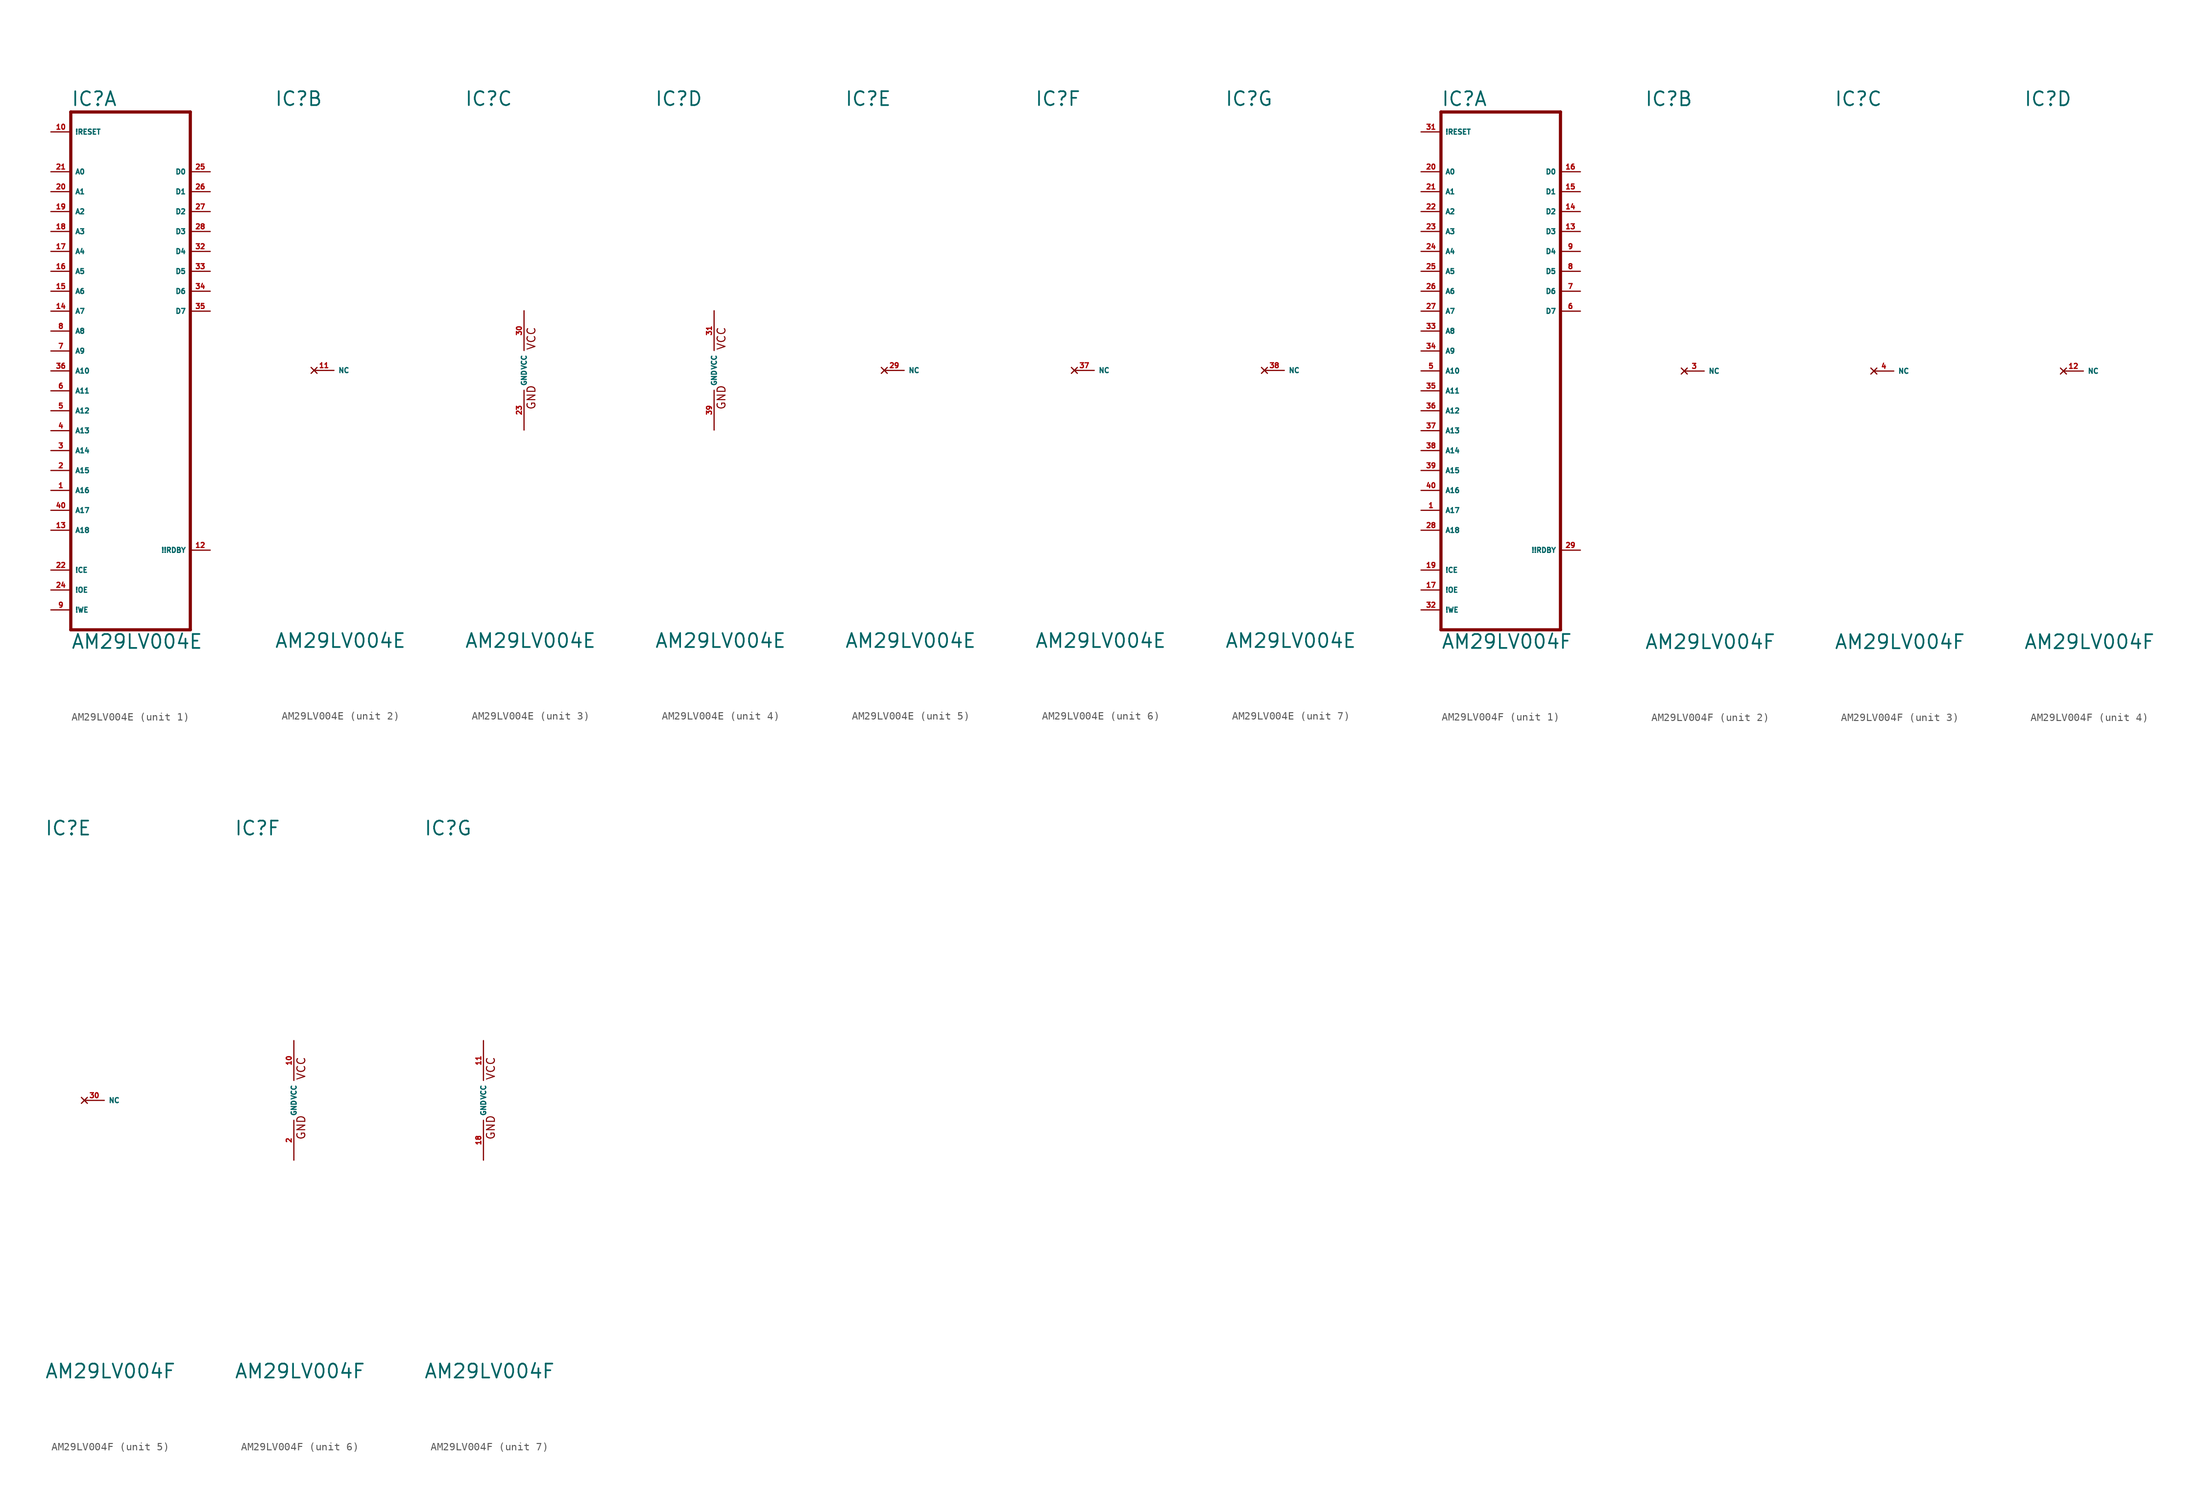
<source format=kicad_sym>
(kicad_symbol_lib
  (version 20220914)
  (generator Eagle2Kicad)
  (symbol "AM29LV004E"
    (property "Reference" "IC"
      (at -7.62 33.655 0)
      (effects (font (size 1.778 1.778) (thickness 0.22)) (justify left bottom)))
    (property "Value" "AM29LV004E"
      (at -7.62 -35.56 0)
      (effects (font (size 1.778 1.778) (thickness 0.22)) (justify left bottom)))
    (symbol "AM29LV004E_1_0"
      (polyline (pts (xy -7.62 -33.02) (xy 7.62 -33.02)) (stroke (width 0.406) (type default)) (fill (type none)))
      (polyline (pts (xy 7.62 -33.02) (xy 7.62 33.02)) (stroke (width 0.406) (type default)) (fill (type none)))
      (polyline (pts (xy 7.62 33.02) (xy -7.62 33.02)) (stroke (width 0.406) (type default)) (fill (type none)))
      (polyline (pts (xy -7.62 33.02) (xy -7.62 -33.02)) (stroke (width 0.406) (type default)) (fill (type none)))
      (pin input line (at -10.16 -30.48 0) (length 2.54) (name "!WE" (effects (font (size 0.635 0.635) (thickness 0.08)) (justify left bottom))) (number "9" (effects (font (size 0.635 0.635) (thickness 0.08)) (justify left bottom))))
      (pin input line (at -10.16 -5.08 0) (length 2.54) (name "A12" (effects (font (size 0.635 0.635) (thickness 0.08)) (justify left bottom))) (number "5" (effects (font (size 0.635 0.635) (thickness 0.08)) (justify left bottom))))
      (pin input line (at -10.16 7.62 0) (length 2.54) (name "A7" (effects (font (size 0.635 0.635) (thickness 0.08)) (justify left bottom))) (number "14" (effects (font (size 0.635 0.635) (thickness 0.08)) (justify left bottom))))
      (pin input line (at -10.16 10.16 0) (length 2.54) (name "A6" (effects (font (size 0.635 0.635) (thickness 0.08)) (justify left bottom))) (number "15" (effects (font (size 0.635 0.635) (thickness 0.08)) (justify left bottom))))
      (pin input line (at -10.16 12.7 0) (length 2.54) (name "A5" (effects (font (size 0.635 0.635) (thickness 0.08)) (justify left bottom))) (number "16" (effects (font (size 0.635 0.635) (thickness 0.08)) (justify left bottom))))
      (pin input line (at -10.16 15.24 0) (length 2.54) (name "A4" (effects (font (size 0.635 0.635) (thickness 0.08)) (justify left bottom))) (number "17" (effects (font (size 0.635 0.635) (thickness 0.08)) (justify left bottom))))
      (pin input line (at -10.16 17.78 0) (length 2.54) (name "A3" (effects (font (size 0.635 0.635) (thickness 0.08)) (justify left bottom))) (number "18" (effects (font (size 0.635 0.635) (thickness 0.08)) (justify left bottom))))
      (pin input line (at -10.16 20.32 0) (length 2.54) (name "A2" (effects (font (size 0.635 0.635) (thickness 0.08)) (justify left bottom))) (number "19" (effects (font (size 0.635 0.635) (thickness 0.08)) (justify left bottom))))
      (pin input line (at -10.16 22.86 0) (length 2.54) (name "A1" (effects (font (size 0.635 0.635) (thickness 0.08)) (justify left bottom))) (number "20" (effects (font (size 0.635 0.635) (thickness 0.08)) (justify left bottom))))
      (pin input line (at -10.16 25.4 0) (length 2.54) (name "A0" (effects (font (size 0.635 0.635) (thickness 0.08)) (justify left bottom))) (number "21" (effects (font (size 0.635 0.635) (thickness 0.08)) (justify left bottom))))
      (pin tri_state line (at 10.16 25.4 180) (length 2.54) (name "D0" (effects (font (size 0.635 0.635) (thickness 0.08)) (justify left bottom))) (number "25" (effects (font (size 0.635 0.635) (thickness 0.08)) (justify left bottom))))
      (pin input line (at -10.16 -25.4 0) (length 2.54) (name "!CE" (effects (font (size 0.635 0.635) (thickness 0.08)) (justify left bottom))) (number "22" (effects (font (size 0.635 0.635) (thickness 0.08)) (justify left bottom))))
      (pin input line (at -10.16 0 0) (length 2.54) (name "A10" (effects (font (size 0.635 0.635) (thickness 0.08)) (justify left bottom))) (number "36" (effects (font (size 0.635 0.635) (thickness 0.08)) (justify left bottom))))
      (pin input line (at -10.16 -27.94 0) (length 2.54) (name "!OE" (effects (font (size 0.635 0.635) (thickness 0.08)) (justify left bottom))) (number "24" (effects (font (size 0.635 0.635) (thickness 0.08)) (justify left bottom))))
      (pin input line (at -10.16 -2.54 0) (length 2.54) (name "A11" (effects (font (size 0.635 0.635) (thickness 0.08)) (justify left bottom))) (number "6" (effects (font (size 0.635 0.635) (thickness 0.08)) (justify left bottom))))
      (pin input line (at -10.16 2.54 0) (length 2.54) (name "A9" (effects (font (size 0.635 0.635) (thickness 0.08)) (justify left bottom))) (number "7" (effects (font (size 0.635 0.635) (thickness 0.08)) (justify left bottom))))
      (pin input line (at -10.16 5.08 0) (length 2.54) (name "A8" (effects (font (size 0.635 0.635) (thickness 0.08)) (justify left bottom))) (number "8" (effects (font (size 0.635 0.635) (thickness 0.08)) (justify left bottom))))
      (pin input line (at -10.16 -7.62 0) (length 2.54) (name "A13" (effects (font (size 0.635 0.635) (thickness 0.08)) (justify left bottom))) (number "4" (effects (font (size 0.635 0.635) (thickness 0.08)) (justify left bottom))))
      (pin input line (at -10.16 -10.16 0) (length 2.54) (name "A14" (effects (font (size 0.635 0.635) (thickness 0.08)) (justify left bottom))) (number "3" (effects (font (size 0.635 0.635) (thickness 0.08)) (justify left bottom))))
      (pin input line (at -10.16 -12.7 0) (length 2.54) (name "A15" (effects (font (size 0.635 0.635) (thickness 0.08)) (justify left bottom))) (number "2" (effects (font (size 0.635 0.635) (thickness 0.08)) (justify left bottom))))
      (pin input line (at -10.16 -15.24 0) (length 2.54) (name "A16" (effects (font (size 0.635 0.635) (thickness 0.08)) (justify left bottom))) (number "1" (effects (font (size 0.635 0.635) (thickness 0.08)) (justify left bottom))))
      (pin input line (at -10.16 -17.78 0) (length 2.54) (name "A17" (effects (font (size 0.635 0.635) (thickness 0.08)) (justify left bottom))) (number "40" (effects (font (size 0.635 0.635) (thickness 0.08)) (justify left bottom))))
      (pin input line (at -10.16 -20.32 0) (length 2.54) (name "A18" (effects (font (size 0.635 0.635) (thickness 0.08)) (justify left bottom))) (number "13" (effects (font (size 0.635 0.635) (thickness 0.08)) (justify left bottom))))
      (pin tri_state line (at 10.16 22.86 180) (length 2.54) (name "D1" (effects (font (size 0.635 0.635) (thickness 0.08)) (justify left bottom))) (number "26" (effects (font (size 0.635 0.635) (thickness 0.08)) (justify left bottom))))
      (pin tri_state line (at 10.16 20.32 180) (length 2.54) (name "D2" (effects (font (size 0.635 0.635) (thickness 0.08)) (justify left bottom))) (number "27" (effects (font (size 0.635 0.635) (thickness 0.08)) (justify left bottom))))
      (pin tri_state line (at 10.16 17.78 180) (length 2.54) (name "D3" (effects (font (size 0.635 0.635) (thickness 0.08)) (justify left bottom))) (number "28" (effects (font (size 0.635 0.635) (thickness 0.08)) (justify left bottom))))
      (pin tri_state line (at 10.16 15.24 180) (length 2.54) (name "D4" (effects (font (size 0.635 0.635) (thickness 0.08)) (justify left bottom))) (number "32" (effects (font (size 0.635 0.635) (thickness 0.08)) (justify left bottom))))
      (pin tri_state line (at 10.16 12.7 180) (length 2.54) (name "D5" (effects (font (size 0.635 0.635) (thickness 0.08)) (justify left bottom))) (number "33" (effects (font (size 0.635 0.635) (thickness 0.08)) (justify left bottom))))
      (pin tri_state line (at 10.16 10.16 180) (length 2.54) (name "D6" (effects (font (size 0.635 0.635) (thickness 0.08)) (justify left bottom))) (number "34" (effects (font (size 0.635 0.635) (thickness 0.08)) (justify left bottom))))
      (pin tri_state line (at 10.16 7.62 180) (length 2.54) (name "D7" (effects (font (size 0.635 0.635) (thickness 0.08)) (justify left bottom))) (number "35" (effects (font (size 0.635 0.635) (thickness 0.08)) (justify left bottom))))
      (pin output line (at 10.16 -22.86 180) (length 2.54) (name "!!RDBY" (effects (font (size 0.635 0.635) (thickness 0.08)) (justify left bottom))) (number "12" (effects (font (size 0.635 0.635) (thickness 0.08)) (justify left bottom))))
      (pin input line (at -10.16 30.48 0) (length 2.54) (name "!RESET" (effects (font (size 0.635 0.635) (thickness 0.08)) (justify left bottom))) (number "10" (effects (font (size 0.635 0.635) (thickness 0.08)) (justify left bottom)))))
    (symbol "AM29LV004E_2_0"
      (pin no_connect line (at -2.54 0 0) (length 2.54) (name "NC" (effects (font (size 0.635 0.635) (thickness 0.08)) (justify left bottom) hide)) (number "11" (effects (font (size 0.635 0.635) (thickness 0.08)) (justify left bottom) hide))))
    (symbol "AM29LV004E_3_0"
      (text "GND" (at 1.524 -5.08 900) (effects (font (size 1.016 1.016) (thickness 0.13)) (justify left bottom)))
      (text "VCC" (at 1.524 2.54 900) (effects (font (size 1.016 1.016) (thickness 0.13)) (justify left bottom)))
      (pin unspecified line (at 0 7.62 270) (length 5.08) (name "VCC" (effects (font (size 0.635 0.635) (thickness 0.08)) (justify left bottom))) (number "30" (effects (font (size 0.635 0.635) (thickness 0.08)) (justify left bottom))))
      (pin unspecified line (at 0 -7.62 90) (length 5.08) (name "GND" (effects (font (size 0.635 0.635) (thickness 0.08)) (justify left bottom))) (number "23" (effects (font (size 0.635 0.635) (thickness 0.08)) (justify left bottom)))))
    (symbol "AM29LV004E_4_0"
      (text "GND" (at 1.524 -5.08 900) (effects (font (size 1.016 1.016) (thickness 0.13)) (justify left bottom)))
      (text "VCC" (at 1.524 2.54 900) (effects (font (size 1.016 1.016) (thickness 0.13)) (justify left bottom)))
      (pin unspecified line (at 0 7.62 270) (length 5.08) (name "VCC" (effects (font (size 0.635 0.635) (thickness 0.08)) (justify left bottom))) (number "31" (effects (font (size 0.635 0.635) (thickness 0.08)) (justify left bottom))))
      (pin unspecified line (at 0 -7.62 90) (length 5.08) (name "GND" (effects (font (size 0.635 0.635) (thickness 0.08)) (justify left bottom))) (number "39" (effects (font (size 0.635 0.635) (thickness 0.08)) (justify left bottom)))))
    (symbol "AM29LV004E_5_0"
      (pin no_connect line (at -2.54 0 0) (length 2.54) (name "NC" (effects (font (size 0.635 0.635) (thickness 0.08)) (justify left bottom) hide)) (number "29" (effects (font (size 0.635 0.635) (thickness 0.08)) (justify left bottom) hide))))
    (symbol "AM29LV004E_6_0"
      (pin no_connect line (at -2.54 0 0) (length 2.54) (name "NC" (effects (font (size 0.635 0.635) (thickness 0.08)) (justify left bottom) hide)) (number "37" (effects (font (size 0.635 0.635) (thickness 0.08)) (justify left bottom) hide))))
    (symbol "AM29LV004E_7_0"
      (pin no_connect line (at -2.54 0 0) (length 2.54) (name "NC" (effects (font (size 0.635 0.635) (thickness 0.08)) (justify left bottom) hide)) (number "38" (effects (font (size 0.635 0.635) (thickness 0.08)) (justify left bottom) hide)))))
  (symbol "AM29LV004F"
    (property "Reference" "IC"
      (at -7.62 33.655 0)
      (effects (font (size 1.778 1.778) (thickness 0.22)) (justify left bottom)))
    (property "Value" "AM29LV004F"
      (at -7.62 -35.56 0)
      (effects (font (size 1.778 1.778) (thickness 0.22)) (justify left bottom)))
    (symbol "AM29LV004F_1_0"
      (polyline (pts (xy -7.62 -33.02) (xy 7.62 -33.02)) (stroke (width 0.406) (type default)) (fill (type none)))
      (polyline (pts (xy 7.62 -33.02) (xy 7.62 33.02)) (stroke (width 0.406) (type default)) (fill (type none)))
      (polyline (pts (xy 7.62 33.02) (xy -7.62 33.02)) (stroke (width 0.406) (type default)) (fill (type none)))
      (polyline (pts (xy -7.62 33.02) (xy -7.62 -33.02)) (stroke (width 0.406) (type default)) (fill (type none)))
      (pin input line (at -10.16 -30.48 0) (length 2.54) (name "!WE" (effects (font (size 0.635 0.635) (thickness 0.08)) (justify left bottom))) (number "32" (effects (font (size 0.635 0.635) (thickness 0.08)) (justify left bottom))))
      (pin input line (at -10.16 -5.08 0) (length 2.54) (name "A12" (effects (font (size 0.635 0.635) (thickness 0.08)) (justify left bottom))) (number "36" (effects (font (size 0.635 0.635) (thickness 0.08)) (justify left bottom))))
      (pin input line (at -10.16 7.62 0) (length 2.54) (name "A7" (effects (font (size 0.635 0.635) (thickness 0.08)) (justify left bottom))) (number "27" (effects (font (size 0.635 0.635) (thickness 0.08)) (justify left bottom))))
      (pin input line (at -10.16 10.16 0) (length 2.54) (name "A6" (effects (font (size 0.635 0.635) (thickness 0.08)) (justify left bottom))) (number "26" (effects (font (size 0.635 0.635) (thickness 0.08)) (justify left bottom))))
      (pin input line (at -10.16 12.7 0) (length 2.54) (name "A5" (effects (font (size 0.635 0.635) (thickness 0.08)) (justify left bottom))) (number "25" (effects (font (size 0.635 0.635) (thickness 0.08)) (justify left bottom))))
      (pin input line (at -10.16 15.24 0) (length 2.54) (name "A4" (effects (font (size 0.635 0.635) (thickness 0.08)) (justify left bottom))) (number "24" (effects (font (size 0.635 0.635) (thickness 0.08)) (justify left bottom))))
      (pin input line (at -10.16 17.78 0) (length 2.54) (name "A3" (effects (font (size 0.635 0.635) (thickness 0.08)) (justify left bottom))) (number "23" (effects (font (size 0.635 0.635) (thickness 0.08)) (justify left bottom))))
      (pin input line (at -10.16 20.32 0) (length 2.54) (name "A2" (effects (font (size 0.635 0.635) (thickness 0.08)) (justify left bottom))) (number "22" (effects (font (size 0.635 0.635) (thickness 0.08)) (justify left bottom))))
      (pin input line (at -10.16 22.86 0) (length 2.54) (name "A1" (effects (font (size 0.635 0.635) (thickness 0.08)) (justify left bottom))) (number "21" (effects (font (size 0.635 0.635) (thickness 0.08)) (justify left bottom))))
      (pin input line (at -10.16 25.4 0) (length 2.54) (name "A0" (effects (font (size 0.635 0.635) (thickness 0.08)) (justify left bottom))) (number "20" (effects (font (size 0.635 0.635) (thickness 0.08)) (justify left bottom))))
      (pin tri_state line (at 10.16 25.4 180) (length 2.54) (name "D0" (effects (font (size 0.635 0.635) (thickness 0.08)) (justify left bottom))) (number "16" (effects (font (size 0.635 0.635) (thickness 0.08)) (justify left bottom))))
      (pin input line (at -10.16 -25.4 0) (length 2.54) (name "!CE" (effects (font (size 0.635 0.635) (thickness 0.08)) (justify left bottom))) (number "19" (effects (font (size 0.635 0.635) (thickness 0.08)) (justify left bottom))))
      (pin input line (at -10.16 0 0) (length 2.54) (name "A10" (effects (font (size 0.635 0.635) (thickness 0.08)) (justify left bottom))) (number "5" (effects (font (size 0.635 0.635) (thickness 0.08)) (justify left bottom))))
      (pin input line (at -10.16 -27.94 0) (length 2.54) (name "!OE" (effects (font (size 0.635 0.635) (thickness 0.08)) (justify left bottom))) (number "17" (effects (font (size 0.635 0.635) (thickness 0.08)) (justify left bottom))))
      (pin input line (at -10.16 -2.54 0) (length 2.54) (name "A11" (effects (font (size 0.635 0.635) (thickness 0.08)) (justify left bottom))) (number "35" (effects (font (size 0.635 0.635) (thickness 0.08)) (justify left bottom))))
      (pin input line (at -10.16 2.54 0) (length 2.54) (name "A9" (effects (font (size 0.635 0.635) (thickness 0.08)) (justify left bottom))) (number "34" (effects (font (size 0.635 0.635) (thickness 0.08)) (justify left bottom))))
      (pin input line (at -10.16 5.08 0) (length 2.54) (name "A8" (effects (font (size 0.635 0.635) (thickness 0.08)) (justify left bottom))) (number "33" (effects (font (size 0.635 0.635) (thickness 0.08)) (justify left bottom))))
      (pin input line (at -10.16 -7.62 0) (length 2.54) (name "A13" (effects (font (size 0.635 0.635) (thickness 0.08)) (justify left bottom))) (number "37" (effects (font (size 0.635 0.635) (thickness 0.08)) (justify left bottom))))
      (pin input line (at -10.16 -10.16 0) (length 2.54) (name "A14" (effects (font (size 0.635 0.635) (thickness 0.08)) (justify left bottom))) (number "38" (effects (font (size 0.635 0.635) (thickness 0.08)) (justify left bottom))))
      (pin input line (at -10.16 -12.7 0) (length 2.54) (name "A15" (effects (font (size 0.635 0.635) (thickness 0.08)) (justify left bottom))) (number "39" (effects (font (size 0.635 0.635) (thickness 0.08)) (justify left bottom))))
      (pin input line (at -10.16 -15.24 0) (length 2.54) (name "A16" (effects (font (size 0.635 0.635) (thickness 0.08)) (justify left bottom))) (number "40" (effects (font (size 0.635 0.635) (thickness 0.08)) (justify left bottom))))
      (pin input line (at -10.16 -17.78 0) (length 2.54) (name "A17" (effects (font (size 0.635 0.635) (thickness 0.08)) (justify left bottom))) (number "1" (effects (font (size 0.635 0.635) (thickness 0.08)) (justify left bottom))))
      (pin input line (at -10.16 -20.32 0) (length 2.54) (name "A18" (effects (font (size 0.635 0.635) (thickness 0.08)) (justify left bottom))) (number "28" (effects (font (size 0.635 0.635) (thickness 0.08)) (justify left bottom))))
      (pin tri_state line (at 10.16 22.86 180) (length 2.54) (name "D1" (effects (font (size 0.635 0.635) (thickness 0.08)) (justify left bottom))) (number "15" (effects (font (size 0.635 0.635) (thickness 0.08)) (justify left bottom))))
      (pin tri_state line (at 10.16 20.32 180) (length 2.54) (name "D2" (effects (font (size 0.635 0.635) (thickness 0.08)) (justify left bottom))) (number "14" (effects (font (size 0.635 0.635) (thickness 0.08)) (justify left bottom))))
      (pin tri_state line (at 10.16 17.78 180) (length 2.54) (name "D3" (effects (font (size 0.635 0.635) (thickness 0.08)) (justify left bottom))) (number "13" (effects (font (size 0.635 0.635) (thickness 0.08)) (justify left bottom))))
      (pin tri_state line (at 10.16 15.24 180) (length 2.54) (name "D4" (effects (font (size 0.635 0.635) (thickness 0.08)) (justify left bottom))) (number "9" (effects (font (size 0.635 0.635) (thickness 0.08)) (justify left bottom))))
      (pin tri_state line (at 10.16 12.7 180) (length 2.54) (name "D5" (effects (font (size 0.635 0.635) (thickness 0.08)) (justify left bottom))) (number "8" (effects (font (size 0.635 0.635) (thickness 0.08)) (justify left bottom))))
      (pin tri_state line (at 10.16 10.16 180) (length 2.54) (name "D6" (effects (font (size 0.635 0.635) (thickness 0.08)) (justify left bottom))) (number "7" (effects (font (size 0.635 0.635) (thickness 0.08)) (justify left bottom))))
      (pin tri_state line (at 10.16 7.62 180) (length 2.54) (name "D7" (effects (font (size 0.635 0.635) (thickness 0.08)) (justify left bottom))) (number "6" (effects (font (size 0.635 0.635) (thickness 0.08)) (justify left bottom))))
      (pin output line (at 10.16 -22.86 180) (length 2.54) (name "!!RDBY" (effects (font (size 0.635 0.635) (thickness 0.08)) (justify left bottom))) (number "29" (effects (font (size 0.635 0.635) (thickness 0.08)) (justify left bottom))))
      (pin input line (at -10.16 30.48 0) (length 2.54) (name "!RESET" (effects (font (size 0.635 0.635) (thickness 0.08)) (justify left bottom))) (number "31" (effects (font (size 0.635 0.635) (thickness 0.08)) (justify left bottom)))))
    (symbol "AM29LV004F_2_0"
      (pin no_connect line (at -2.54 0 0) (length 2.54) (name "NC" (effects (font (size 0.635 0.635) (thickness 0.08)) (justify left bottom) hide)) (number "3" (effects (font (size 0.635 0.635) (thickness 0.08)) (justify left bottom) hide))))
    (symbol "AM29LV004F_3_0"
      (pin no_connect line (at -2.54 0 0) (length 2.54) (name "NC" (effects (font (size 0.635 0.635) (thickness 0.08)) (justify left bottom) hide)) (number "4" (effects (font (size 0.635 0.635) (thickness 0.08)) (justify left bottom) hide))))
    (symbol "AM29LV004F_4_0"
      (pin no_connect line (at -2.54 0 0) (length 2.54) (name "NC" (effects (font (size 0.635 0.635) (thickness 0.08)) (justify left bottom) hide)) (number "12" (effects (font (size 0.635 0.635) (thickness 0.08)) (justify left bottom) hide))))
    (symbol "AM29LV004F_5_0"
      (pin no_connect line (at -2.54 0 0) (length 2.54) (name "NC" (effects (font (size 0.635 0.635) (thickness 0.08)) (justify left bottom) hide)) (number "30" (effects (font (size 0.635 0.635) (thickness 0.08)) (justify left bottom) hide))))
    (symbol "AM29LV004F_6_0"
      (text "GND" (at 1.524 -5.08 900) (effects (font (size 1.016 1.016) (thickness 0.13)) (justify left bottom)))
      (text "VCC" (at 1.524 2.54 900) (effects (font (size 1.016 1.016) (thickness 0.13)) (justify left bottom)))
      (pin unspecified line (at 0 7.62 270) (length 5.08) (name "VCC" (effects (font (size 0.635 0.635) (thickness 0.08)) (justify left bottom))) (number "10" (effects (font (size 0.635 0.635) (thickness 0.08)) (justify left bottom))))
      (pin unspecified line (at 0 -7.62 90) (length 5.08) (name "GND" (effects (font (size 0.635 0.635) (thickness 0.08)) (justify left bottom))) (number "2" (effects (font (size 0.635 0.635) (thickness 0.08)) (justify left bottom)))))
    (symbol "AM29LV004F_7_0"
      (text "GND" (at 1.524 -5.08 900) (effects (font (size 1.016 1.016) (thickness 0.13)) (justify left bottom)))
      (text "VCC" (at 1.524 2.54 900) (effects (font (size 1.016 1.016) (thickness 0.13)) (justify left bottom)))
      (pin unspecified line (at 0 7.62 270) (length 5.08) (name "VCC" (effects (font (size 0.635 0.635) (thickness 0.08)) (justify left bottom))) (number "11" (effects (font (size 0.635 0.635) (thickness 0.08)) (justify left bottom))))
      (pin unspecified line (at 0 -7.62 90) (length 5.08) (name "GND" (effects (font (size 0.635 0.635) (thickness 0.08)) (justify left bottom))) (number "18" (effects (font (size 0.635 0.635) (thickness 0.08)) (justify left bottom)))))))
</source>
